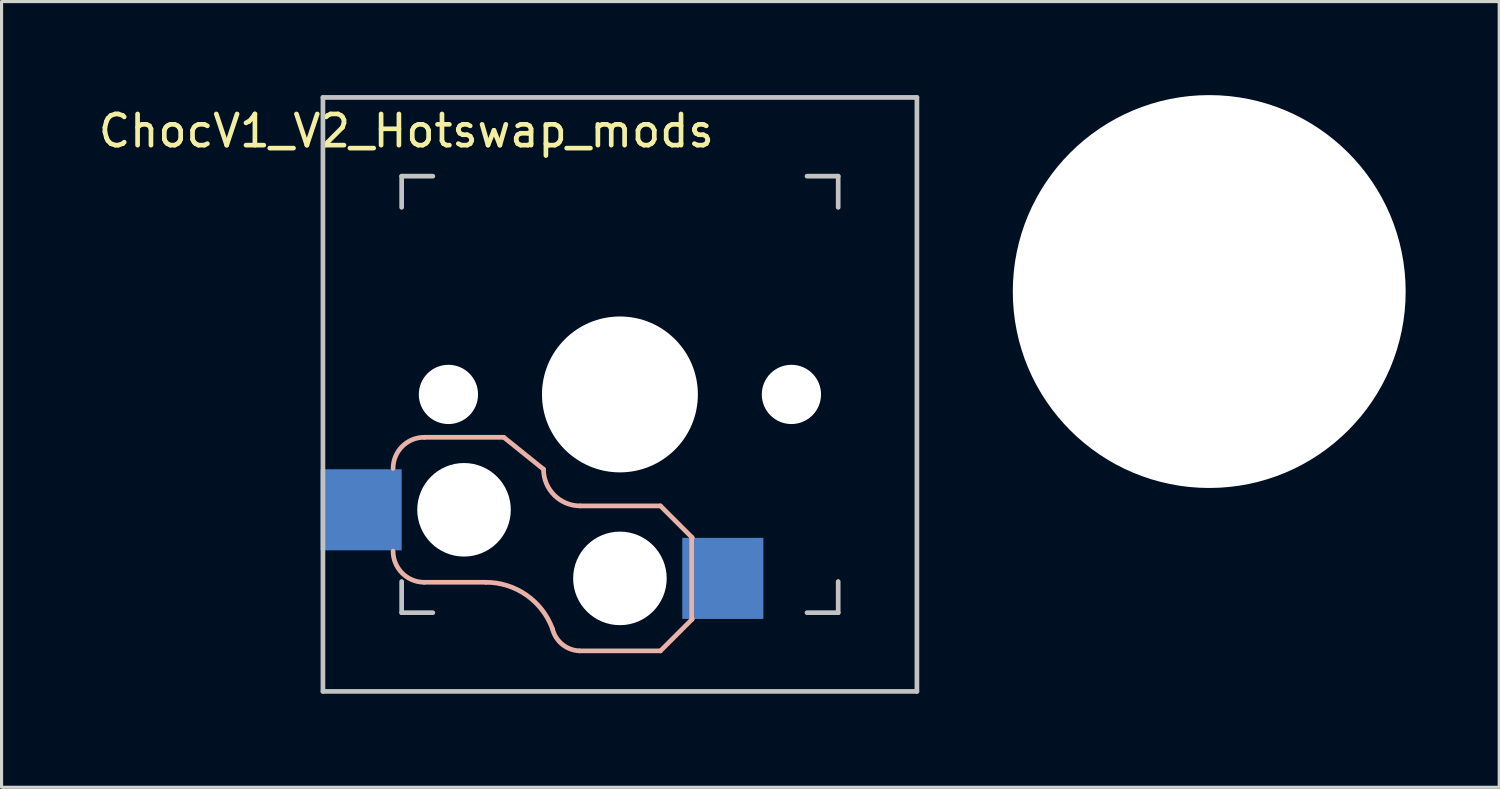
<source format=kicad_pcb>
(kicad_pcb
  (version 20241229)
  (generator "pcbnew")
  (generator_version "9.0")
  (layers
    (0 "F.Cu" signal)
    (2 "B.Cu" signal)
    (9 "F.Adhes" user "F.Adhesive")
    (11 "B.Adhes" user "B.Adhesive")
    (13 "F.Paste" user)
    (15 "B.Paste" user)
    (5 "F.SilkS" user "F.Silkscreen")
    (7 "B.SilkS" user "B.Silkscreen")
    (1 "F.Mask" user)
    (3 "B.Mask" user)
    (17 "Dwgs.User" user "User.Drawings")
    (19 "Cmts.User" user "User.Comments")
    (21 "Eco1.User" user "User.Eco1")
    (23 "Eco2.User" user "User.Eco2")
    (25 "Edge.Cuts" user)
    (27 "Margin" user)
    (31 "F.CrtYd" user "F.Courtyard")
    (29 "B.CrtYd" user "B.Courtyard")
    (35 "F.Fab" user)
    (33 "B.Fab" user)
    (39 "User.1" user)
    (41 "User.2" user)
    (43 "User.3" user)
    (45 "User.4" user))
  (footprint "ChocV1_V2_Hotswap_mods"
    (layer "F.Cu")
    (at 16.832 9.6)
    (property "Reference" "ChocV1_V2_Hotswap_mods" (at -6.85 -8.45 0) (layer "F.SilkS") (effects (font (size 1 1) (thickness 0.15))))
    (attr through_hole)
    (fp_line (start -4.3 6.025) (end -6.275 6.025) (stroke (width 0.15) (type solid)) (layer "B.SilkS"))
    (fp_line (start -3.725 1.375) (end -6.275 1.375) (stroke (width 0.15) (type solid)) (layer "B.SilkS"))
    (fp_line (start -3.725 1.375) (end -2.45 2.4) (stroke (width 0.15) (type solid)) (layer "B.SilkS"))
    (fp_line (start 1.3 3.575) (end -1.275 3.575) (stroke (width 0.15) (type solid)) (layer "B.SilkS"))
    (fp_line (start 1.3 3.575) (end 2.325 4.6) (stroke (width 0.15) (type solid)) (layer "B.SilkS"))
    (fp_line (start 1.3 8.225) (end -1.3 8.225) (stroke (width 0.15) (type solid)) (layer "B.SilkS"))
    (fp_line (start 1.3 8.225) (end 2.325 7.2) (stroke (width 0.15) (type solid)) (layer "B.SilkS"))
    (fp_line (start 2.3 4.575) (end 2.3 7.225) (stroke (width 0.15) (type solid)) (layer "B.SilkS"))
    (fp_arc (start -7.275 2.375) (mid -6.982107 1.667893) (end -6.275 1.375) (stroke (width 0.15) (type solid)) (layer "B.SilkS"))
    (fp_arc (start -6.275 6.025) (mid -6.982107 5.732107) (end -7.275 5.025) (stroke (width 0.15) (type solid)) (layer "B.SilkS"))
    (fp_arc (start -4.3 6.025) (mid -2.995114 6.436429) (end -2.162199 7.521904) (stroke (width 0.15) (type solid)) (layer "B.SilkS"))
    (fp_arc (start -1.300995 8.223791) (mid -1.848284 8.016021) (end -2.162199 7.521904) (stroke (width 0.15) (type solid)) (layer "B.SilkS"))
    (fp_arc (start -1.275 3.575) (mid -2.10585 3.23085) (end -2.45 2.4) (stroke (width 0.15) (type solid)) (layer "B.SilkS"))
    (fp_line (start -9.525 -9.525) (end 9.525 -9.525) (stroke (width 0.15) (type solid)) (layer "Dwgs.User"))
    (fp_line (start -9.525 9.525) (end -9.525 -9.525) (stroke (width 0.15) (type solid)) (layer "Dwgs.User"))
    (fp_line (start -7 -7) (end -6 -7) (stroke (width 0.15) (type solid)) (layer "Dwgs.User"))
    (fp_line (start -7 -6) (end -7 -7) (stroke (width 0.15) (type solid)) (layer "Dwgs.User"))
    (fp_line (start -7 7) (end -7 6) (stroke (width 0.15) (type solid)) (layer "Dwgs.User"))
    (fp_line (start -6 7) (end -7 7) (stroke (width 0.15) (type solid)) (layer "Dwgs.User"))
    (fp_line (start 6 7) (end 7 7) (stroke (width 0.15) (type solid)) (layer "Dwgs.User"))
    (fp_line (start 7 -7) (end 6 -7) (stroke (width 0.15) (type solid)) (layer "Dwgs.User"))
    (fp_line (start 7 -6) (end 7 -7) (stroke (width 0.15) (type solid)) (layer "Dwgs.User"))
    (fp_line (start 7 7) (end 7 6) (stroke (width 0.15) (type solid)) (layer "Dwgs.User"))
    (fp_line (start 9.525 -9.525) (end 9.525 9.525) (stroke (width 0.15) (type solid)) (layer "Dwgs.User"))
    (fp_line (start 9.525 9.525) (end -9.525 9.525) (stroke (width 0.15) (type solid)) (layer "Dwgs.User"))
    (fp_line (start -2.6 -6.3) (end -2.6 -3.1) (stroke (width 0.15) (type default)) (layer "User.2"))
    (fp_line (start -2.6 -6.3) (end 2.6 -6.3) (stroke (width 0.15) (type default)) (layer "User.2"))
    (fp_line (start -2.6 -3.1) (end 2.6 -3.1) (stroke (width 0.15) (type default)) (layer "User.2"))
    (fp_line (start 2.6 -6.3) (end 2.6 -3.1) (stroke (width 0.15) (type default)) (layer "User.2"))
    (pad "" np_thru_hole circle (at -5.5 0 90) (size 1.9 1.9) (drill 1.9) (layers "*.Cu"))
    (pad "" np_thru_hole circle (at -5 3.7 90) (size 3 3) (drill 3) (layers "*.Cu" "*.Mask"))
    (pad "" np_thru_hole circle (at 0 0 90) (size 5 5) (drill 5) (layers "*.Cu"))
    (pad "" np_thru_hole circle (at 0 5.9 90) (size 3 3) (drill 3) (layers "*.Cu" "*.Mask"))
    (pad "" np_thru_hole circle (at 5.5 0 90) (size 1.9 1.9) (drill 1.9) (layers "*.Cu"))
    (pad "1" smd rect (at -8.3 3.7 180) (size 2.6 2.6) (layers "B.Cu" "B.Mask" "B.Paste"))
    (pad "2" smd rect (at 3.3 5.9 180) (size 2.6 2.6) (layers "B.Cu" "B.Mask" "B.Paste")))
  (footprint "nut_hole_12.6"
    (layer "F.Cu")
    (at 35.732 6.3)
    (property "Reference" "nut_hole_12.6" (at 0 -1.775 0) (layer "F.Fab") (effects (font (size 1 1) (thickness 0.15))))
    (attr exclude_from_pos_files exclude_from_bom)
    (pad "" smd circle (at 0 0) (size 2.2 2.2) (layers "F.Adhes"))
    (pad "" smd circle (at 0 0) (size 2.2 2.2) (layers "B.Adhes"))
    (pad "" np_thru_hole circle (at 0 0) (size 12.6 12.6) (drill 12.6) (layers "*.Cu" "*.Mask")))
  (gr_rect
    (start -3 -3)
    (end 45.032 22.2)
    (stroke (width 0.1) (type default))
    (fill no)
    (layer "Edge.Cuts")))
</source>
